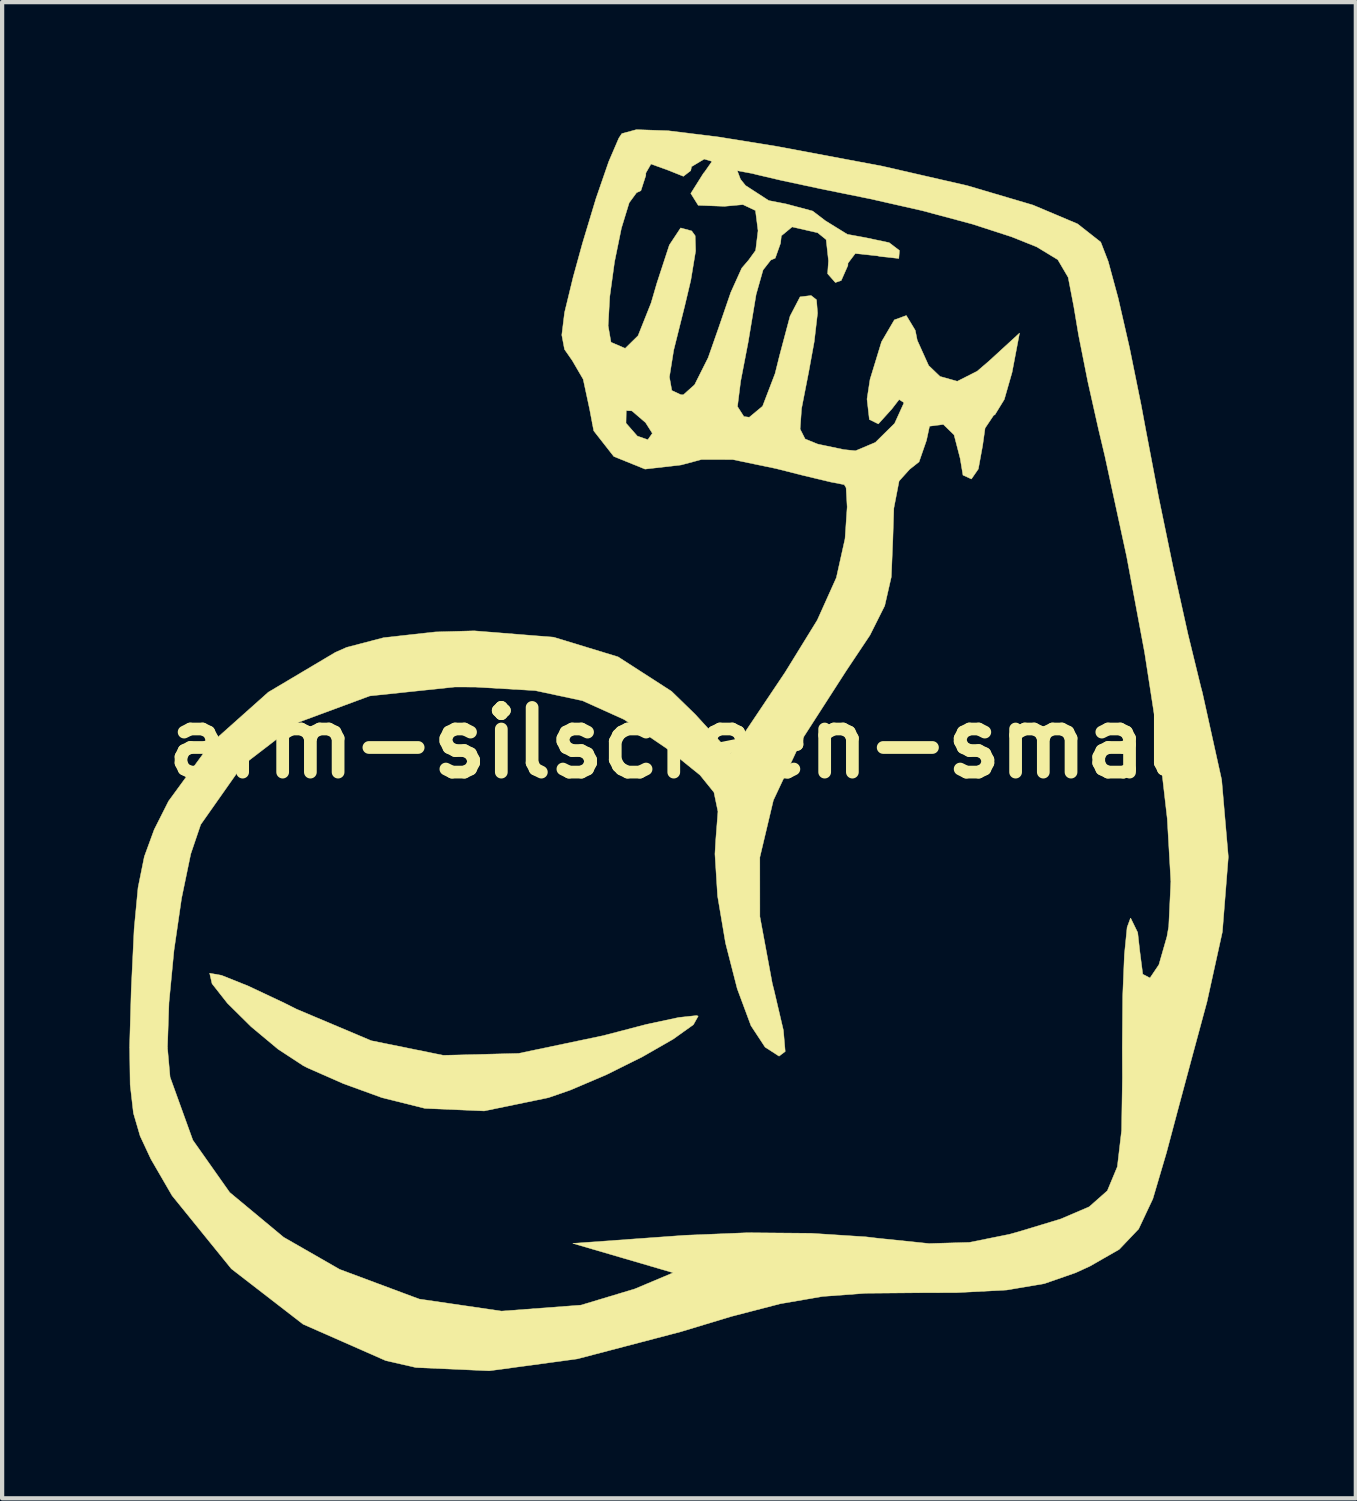
<source format=kicad_pcb>
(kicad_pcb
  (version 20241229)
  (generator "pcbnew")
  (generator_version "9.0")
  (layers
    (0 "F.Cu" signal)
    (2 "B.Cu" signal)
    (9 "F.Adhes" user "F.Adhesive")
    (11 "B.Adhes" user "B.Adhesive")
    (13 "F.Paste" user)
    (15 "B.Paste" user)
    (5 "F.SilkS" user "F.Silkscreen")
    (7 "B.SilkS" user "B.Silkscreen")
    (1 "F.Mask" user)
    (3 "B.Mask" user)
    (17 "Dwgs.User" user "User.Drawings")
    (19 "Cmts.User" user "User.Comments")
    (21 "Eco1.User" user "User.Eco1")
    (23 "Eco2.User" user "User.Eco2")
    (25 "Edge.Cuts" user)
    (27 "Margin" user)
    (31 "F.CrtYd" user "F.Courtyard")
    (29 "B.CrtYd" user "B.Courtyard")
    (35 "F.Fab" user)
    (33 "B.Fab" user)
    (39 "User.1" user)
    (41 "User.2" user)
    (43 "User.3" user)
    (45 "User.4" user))
  (footprint "arm-silscreen-small"
    (layer "F.Cu")
    (at 13.227 14.456)
    (property "Reference" "arm-silscreen-small" (at 0 0 0) (layer "F.SilkS") (effects (font (size 1.524 1.524) (thickness 0.3))))
    (attr through_hole)
    (fp_poly (pts (xy -11.057 5.478) (xy -10.43 5.729) (xy -9.576 6.131) (xy -9.294 6.273) (xy -7.527 7.019) (xy -5.831 7.363) (xy -4.056 7.318) (xy -2.049 6.897) (xy -2.01 6.886) (xy -1.04 6.633) (xy -0.281 6.471) (xy 0.138 6.426) (xy 0.177 6.439) (xy 0.064 6.641) (xy -0.415 6.983) (xy -1.139 7.398) (xy -1.987 7.82) (xy -2.838 8.183) (xy -3.352 8.361) (xy -4.866 8.674) (xy -6.263 8.614) (xy -7.276 8.361) (xy -8.182 8.032) (xy -9.025 7.661) (xy -9.128 7.609) (xy -9.725 7.218) (xy -10.36 6.688) (xy -10.918 6.136) (xy -11.28 5.675) (xy -11.337 5.428) (xy -11.057 5.478)) (stroke (width 0.01) (type solid)) (fill yes) (layer "F.SilkS"))
    (fp_poly (pts (xy -0.53 -14.425) (xy 0.665 -14.277) (xy 2.039 -14.055) (xy 4.507 -13.592) (xy 6.522 -13.13) (xy 8.065 -12.674) (xy 9.117 -12.23) (xy 9.66 -11.803) (xy 9.665 -11.795) (xy 9.839 -11.345) (xy 10.073 -10.482) (xy 10.34 -9.317) (xy 10.616 -7.957) (xy 10.718 -7.408) (xy 11.027 -5.788) (xy 11.374 -4.111) (xy 11.718 -2.562) (xy 12.02 -1.325) (xy 12.056 -1.191) (xy 12.512 0.87) (xy 12.669 2.688) (xy 12.529 4.454) (xy 12.166 6.103) (xy 11.83 7.346) (xy 11.479 8.653) (xy 11.212 9.657) (xy 10.891 10.744) (xy 10.556 11.456) (xy 10.098 11.937) (xy 9.407 12.333) (xy 9.071 12.487) (xy 8.332 12.744) (xy 7.446 12.894) (xy 6.268 12.956) (xy 5.367 12.959) (xy 4.128 12.97) (xy 3.105 13.046) (xy 2.11 13.218) (xy 0.957 13.517) (xy -0.233 13.877) (xy -2.673 14.517) (xy -4.747 14.798) (xy -6.475 14.721) (xy -7.187 14.558) (xy -9.135 13.7) (xy -10.826 12.393) (xy -12.221 10.671) (xy -12.722 9.807) (xy -12.975 9.265) (xy -13.133 8.725) (xy -13.21 8.055) (xy -13.222 7.181) (xy -12.331 7.181) (xy -12.269 7.877) (xy -11.733 9.362) (xy -10.864 10.594) (xy -9.592 11.651) (xy -8.272 12.408) (xy -6.398 13.107) (xy -4.459 13.391) (xy -2.586 13.25) (xy -1.318 12.868) (xy -0.413 12.487) (xy -1.595 12.141) (xy -2.778 11.795) (xy -0.132 11.604) (xy 1.333 11.544) (xy 2.837 11.557) (xy 4.131 11.641) (xy 4.408 11.674) (xy 5.618 11.799) (xy 6.569 11.771) (xy 7.512 11.581) (xy 7.74 11.517) (xy 8.716 11.221) (xy 9.39 10.933) (xy 9.818 10.555) (xy 10.054 9.988) (xy 10.154 9.133) (xy 10.173 7.892) (xy 10.17 7.18) (xy 10.18 5.969) (xy 10.22 4.992) (xy 10.284 4.347) (xy 10.364 4.13) (xy 10.369 4.132) (xy 10.534 4.47) (xy 10.583 4.91) (xy 10.653 5.452) (xy 10.823 5.54) (xy 11.033 5.228) (xy 11.223 4.566) (xy 11.265 4.325) (xy 11.315 3.269) (xy 11.23 1.787) (xy 11.02 -0.038) (xy 10.697 -2.126) (xy 10.273 -4.394) (xy 9.76 -6.759) (xy 9.606 -7.408) (xy 9.357 -8.518) (xy 9.139 -9.616) (xy 9.028 -10.28) (xy 8.895 -10.97) (xy 8.651 -11.386) (xy 8.152 -11.689) (xy 7.56 -11.926) (xy 6.645 -12.223) (xy 5.452 -12.543) (xy 4.226 -12.821) (xy 4.121 -12.842) (xy 3.053 -13.059) (xy 2.137 -13.255) (xy 1.536 -13.396) (xy 1.457 -13.417) (xy 1.098 -13.483) (xy 1.173 -13.282) (xy 1.291 -13.135) (xy 1.839 -12.78) (xy 2.249 -12.7) (xy 2.873 -12.533) (xy 3.175 -12.303) (xy 3.691 -11.984) (xy 4.118 -11.906) (xy 4.676 -11.788) (xy 4.919 -11.603) (xy 4.904 -11.415) (xy 4.453 -11.464) (xy 4.405 -11.476) (xy 3.878 -11.532) (xy 3.706 -11.304) (xy 3.704 -11.25) (xy 3.547 -10.895) (xy 3.409 -10.848) (xy 3.226 -11.056) (xy 3.247 -11.36) (xy 3.192 -11.859) (xy 2.992 -12.021) (xy 2.39 -12.159) (xy 2.136 -11.949) (xy 2.117 -11.774) (xy 1.992 -11.422) (xy 1.887 -11.377) (xy 1.705 -11.144) (xy 1.541 -10.566) (xy 1.511 -10.385) (xy 1.355 -9.447) (xy 1.183 -8.554) (xy 1.178 -8.533) (xy 1.102 -7.926) (xy 1.253 -7.69) (xy 1.38 -7.673) (xy 1.694 -7.934) (xy 1.988 -8.702) (xy 2.094 -9.128) (xy 2.341 -10.056) (xy 2.577 -10.51) (xy 2.837 -10.542) (xy 2.964 -10.442) (xy 2.989 -10.128) (xy 2.911 -9.456) (xy 2.781 -8.743) (xy 2.612 -7.878) (xy 2.578 -7.395) (xy 2.696 -7.162) (xy 2.985 -7.044) (xy 3.014 -7.036) (xy 3.609 -6.911) (xy 3.884 -6.883) (xy 4.351 -7.08) (xy 4.805 -7.528) (xy 5.019 -7.999) (xy 5.019 -8.023) (xy 4.911 -8.09) (xy 4.738 -7.866) (xy 4.422 -7.516) (xy 4.21 -7.62) (xy 4.155 -8.102) (xy 4.226 -8.566) (xy 4.497 -9.452) (xy 4.799 -9.968) (xy 5.081 -10.071) (xy 5.292 -9.721) (xy 5.339 -9.486) (xy 5.607 -8.892) (xy 5.875 -8.635) (xy 6.282 -8.521) (xy 6.75 -8.758) (xy 7.038 -9.005) (xy 7.749 -9.657) (xy 7.573 -8.731) (xy 7.39 -8.093) (xy 7.17 -7.734) (xy 7.138 -7.717) (xy 6.937 -7.417) (xy 6.879 -7.005) (xy 6.778 -6.454) (xy 6.615 -6.218) (xy 6.416 -6.309) (xy 6.35 -6.703) (xy 6.206 -7.258) (xy 5.953 -7.504) (xy 5.628 -7.462) (xy 5.556 -7.127) (xy 5.381 -6.622) (xy 5.159 -6.446) (xy 4.911 -6.171) (xy 4.787 -5.53) (xy 4.763 -4.778) (xy 4.727 -3.91) (xy 4.572 -3.231) (xy 4.224 -2.537) (xy 3.664 -1.698) (xy 2.616 -0.069) (xy 1.948 1.353) (xy 1.629 2.697) (xy 1.63 4.093) (xy 1.923 5.672) (xy 1.963 5.829) (xy 2.184 6.773) (xy 2.227 7.273) (xy 2.082 7.383) (xy 1.753 7.171) (xy 1.42 6.665) (xy 1.096 5.793) (xy 0.821 4.72) (xy 0.633 3.607) (xy 0.571 2.618) (xy 0.59 2.289) (xy 0.642 1.619) (xy 0.548 1.166) (xy 0.22 0.76) (xy -0.433 0.232) (xy -0.544 0.147) (xy -1.57 -0.551) (xy -2.552 -0.994) (xy -3.664 -1.232) (xy -5.076 -1.315) (xy -5.555 -1.317) (xy -7.563 -1.106) (xy -9.236 -0.487) (xy -10.573 0.54) (xy -11.547 1.925) (xy -11.782 2.618) (xy -11.999 3.665) (xy -12.177 4.891) (xy -12.295 6.121) (xy -12.331 7.181) (xy -13.222 7.181) (xy -13.222 7.124) (xy -13.184 5.802) (xy -13.181 5.741) (xy -13.116 4.384) (xy -13.024 3.412) (xy -12.876 2.68) (xy -12.643 2.043) (xy -12.305 1.373) (xy -11.316 0.02) (xy -9.954 -1.194) (xy -8.376 -2.132) (xy -8.107 -2.251) (xy -7.235 -2.479) (xy -6.02 -2.614) (xy -5.102 -2.64) (xy -3.23 -2.49) (xy -1.712 -2.027) (xy -0.452 -1.215) (xy 0.108 -0.67) (xy 0.946 0.245) (xy 2.225 -1.663) (xy 2.983 -2.893) (xy 3.432 -3.892) (xy 3.635 -4.803) (xy 3.638 -4.829) (xy 3.687 -5.559) (xy 3.662 -6.012) (xy 3.618 -6.085) (xy 3.298 -6.147) (xy 2.631 -6.307) (xy 2.011 -6.464) (xy 0.991 -6.676) (xy 0.253 -6.677) (xy -0.225 -6.549) (xy -1.076 -6.451) (xy -1.812 -6.749) (xy -2.285 -7.353) (xy -2.32 -7.535) (xy -1.525 -7.535) (xy -1.258 -7.23) (xy -1.01 -7.144) (xy -0.904 -7.295) (xy -1.064 -7.547) (xy -1.387 -7.824) (xy -1.519 -7.829) (xy -1.525 -7.535) (xy -2.32 -7.535) (xy -2.381 -7.857) (xy -2.534 -8.569) (xy -2.791 -9.01) (xy -2.974 -9.273) (xy -3.038 -9.611) (xy -3.011 -9.83) (xy -1.946 -9.83) (xy -1.88 -9.449) (xy -1.87 -9.437) (xy -1.544 -9.297) (xy -1.241 -9.595) (xy -0.933 -10.368) (xy -0.798 -10.831) (xy -0.503 -11.733) (xy -0.237 -12.135) (xy 0.023 -12.064) (xy 0.105 -11.951) (xy 0.116 -11.593) (xy 0.002 -10.901) (xy -0.141 -10.297) (xy -0.401 -9.255) (xy -0.502 -8.622) (xy -0.445 -8.304) (xy -0.231 -8.204) (xy -0.174 -8.202) (xy 0.092 -8.44) (xy 0.411 -9.076) (xy 0.661 -9.79) (xy 0.944 -10.614) (xy 1.203 -11.188) (xy 1.365 -11.377) (xy 1.53 -11.605) (xy 1.587 -12.069) (xy 1.526 -12.545) (xy 1.231 -12.684) (xy 0.794 -12.644) (xy 0.177 -12.668) (xy 0.002 -12.948) (xy 0.303 -13.427) (xy 0.318 -13.441) (xy 0.502 -13.703) (xy 0.318 -13.758) (xy 0.02 -13.579) (xy 0 -13.484) (xy -0.172 -13.351) (xy -0.529 -13.494) (xy -0.936 -13.641) (xy -1.057 -13.43) (xy -1.058 -13.371) (xy -1.174 -13.012) (xy -1.276 -12.965) (xy -1.45 -12.728) (xy -1.633 -12.13) (xy -1.795 -11.337) (xy -1.908 -10.515) (xy -1.946 -9.83) (xy -3.011 -9.83) (xy -2.973 -10.141) (xy -2.769 -10.981) (xy -2.551 -11.772) (xy -2.232 -12.829) (xy -1.931 -13.7) (xy -1.694 -14.251) (xy -1.623 -14.358) (xy -1.28 -14.451) (xy -0.53 -14.425)) (stroke (width 0.01) (type solid)) (fill yes) (layer "F.SilkS")))
  (gr_rect
    (start -3 -3)
    (end 28.901 32.259)
    (stroke (width 0.1) (type default))
    (fill no)
    (layer "Edge.Cuts")))
</source>
